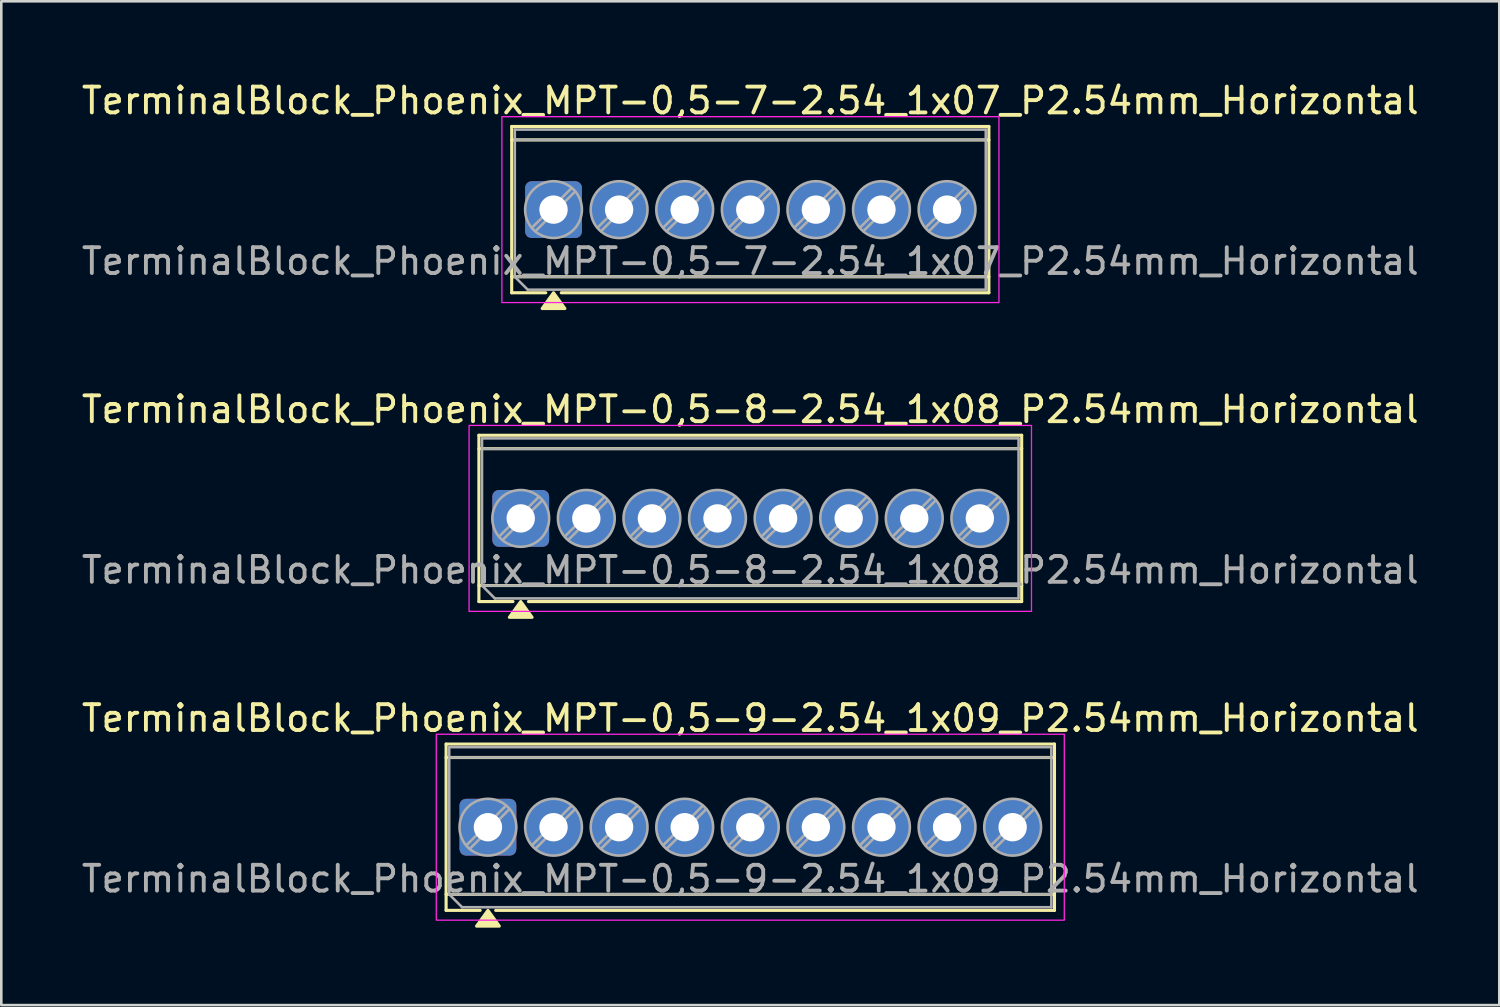
<source format=kicad_pcb>
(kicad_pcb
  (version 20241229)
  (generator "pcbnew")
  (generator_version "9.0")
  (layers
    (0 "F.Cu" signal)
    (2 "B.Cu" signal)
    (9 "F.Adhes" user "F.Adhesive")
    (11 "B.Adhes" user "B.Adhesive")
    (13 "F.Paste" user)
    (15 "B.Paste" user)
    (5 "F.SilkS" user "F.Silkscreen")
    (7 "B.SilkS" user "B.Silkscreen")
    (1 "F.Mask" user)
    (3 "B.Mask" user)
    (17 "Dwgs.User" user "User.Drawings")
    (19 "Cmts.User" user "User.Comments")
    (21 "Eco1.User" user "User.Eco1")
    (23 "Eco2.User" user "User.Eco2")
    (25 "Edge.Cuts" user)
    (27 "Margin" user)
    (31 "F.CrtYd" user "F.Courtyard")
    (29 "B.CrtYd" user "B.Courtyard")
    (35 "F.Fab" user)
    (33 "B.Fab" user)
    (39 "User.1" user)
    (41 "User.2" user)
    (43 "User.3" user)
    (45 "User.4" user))
  (footprint "TerminalBlock_Phoenix_MPT-0,5-7-2.54_1x07_P2.54mm_Horizontal"
    (layer "F.Cu")
    (at 18.386 5.068)
    (property "Reference" "TerminalBlock_Phoenix_MPT-0,5-7-2.54_1x07_P2.54mm_Horizontal" (at 7.62 -4.22 0) (layer "F.SilkS") (effects (font (size 1 1) (thickness 0.15))))
    (attr through_hole)
    (fp_line (start -1.62 -3.22) (end 16.86 -3.22) (stroke (width 0.12) (type solid)) (layer "F.SilkS"))
    (fp_line (start -1.62 -2.7) (end 16.86 -2.7) (stroke (width 0.12) (type solid)) (layer "F.SilkS"))
    (fp_line (start -1.62 2.6) (end 16.86 2.6) (stroke (width 0.12) (type solid)) (layer "F.SilkS"))
    (fp_line (start -1.62 3.22) (end -1.62 -3.22) (stroke (width 0.12) (type solid)) (layer "F.SilkS"))
    (fp_line (start -0.3 3.22) (end -1.62 3.22) (stroke (width 0.12) (type solid)) (layer "F.SilkS"))
    (fp_line (start 16.86 -3.22) (end 16.86 3.22) (stroke (width 0.12) (type solid)) (layer "F.SilkS"))
    (fp_line (start 16.86 3.22) (end 0.3 3.22) (stroke (width 0.12) (type solid)) (layer "F.SilkS"))
    (fp_poly (pts (xy 0 3.22) (xy 0.44 3.83) (xy -0.44 3.83)) (stroke (width 0.12) (type solid)) (fill yes) (layer "F.SilkS"))
    (fp_rect (start -2 -3.6) (end 17.25 3.6) (stroke (width 0.05) (type solid)) (fill no) (layer "F.CrtYd"))
    (fp_line (start -1.5 -3.1) (end 16.74 -3.1) (stroke (width 0.1) (type solid)) (layer "F.Fab"))
    (fp_line (start -1.5 -2.7) (end 16.74 -2.7) (stroke (width 0.1) (type solid)) (layer "F.Fab"))
    (fp_line (start -1.5 2.6) (end -1.5 -3.1) (stroke (width 0.1) (type solid)) (layer "F.Fab"))
    (fp_line (start -1.5 2.6) (end 16.74 2.6) (stroke (width 0.1) (type solid)) (layer "F.Fab"))
    (fp_line (start -1 3.1) (end -1.5 2.6) (stroke (width 0.1) (type solid)) (layer "F.Fab"))
    (fp_line (start 0.7 -0.834) (end -0.834 0.7) (stroke (width 0.1) (type solid)) (layer "F.Fab"))
    (fp_line (start 0.834 -0.7) (end -0.7 0.834) (stroke (width 0.1) (type solid)) (layer "F.Fab"))
    (fp_line (start 3.24 -0.834) (end 1.706 0.7) (stroke (width 0.1) (type solid)) (layer "F.Fab"))
    (fp_line (start 3.374 -0.7) (end 1.84 0.834) (stroke (width 0.1) (type solid)) (layer "F.Fab"))
    (fp_line (start 5.78 -0.834) (end 4.246 0.7) (stroke (width 0.1) (type solid)) (layer "F.Fab"))
    (fp_line (start 5.914 -0.7) (end 4.38 0.834) (stroke (width 0.1) (type solid)) (layer "F.Fab"))
    (fp_line (start 8.32 -0.834) (end 6.786 0.7) (stroke (width 0.1) (type solid)) (layer "F.Fab"))
    (fp_line (start 8.454 -0.7) (end 6.92 0.834) (stroke (width 0.1) (type solid)) (layer "F.Fab"))
    (fp_line (start 10.86 -0.834) (end 9.326 0.7) (stroke (width 0.1) (type solid)) (layer "F.Fab"))
    (fp_line (start 10.994 -0.7) (end 9.46 0.834) (stroke (width 0.1) (type solid)) (layer "F.Fab"))
    (fp_line (start 13.4 -0.834) (end 11.866 0.7) (stroke (width 0.1) (type solid)) (layer "F.Fab"))
    (fp_line (start 13.534 -0.7) (end 12 0.834) (stroke (width 0.1) (type solid)) (layer "F.Fab"))
    (fp_line (start 15.94 -0.834) (end 14.406 0.7) (stroke (width 0.1) (type solid)) (layer "F.Fab"))
    (fp_line (start 16.074 -0.7) (end 14.54 0.834) (stroke (width 0.1) (type solid)) (layer "F.Fab"))
    (fp_line (start 16.74 -3.1) (end 16.74 3.1) (stroke (width 0.1) (type solid)) (layer "F.Fab"))
    (fp_line (start 16.74 3.1) (end -1 3.1) (stroke (width 0.1) (type solid)) (layer "F.Fab"))
    (fp_circle (center 0 0) (end 1.1 0) (stroke (width 0.1) (type solid)) (fill no) (layer "F.Fab"))
    (fp_circle (center 2.54 0) (end 3.64 0) (stroke (width 0.1) (type solid)) (fill no) (layer "F.Fab"))
    (fp_circle (center 5.08 0) (end 6.18 0) (stroke (width 0.1) (type solid)) (fill no) (layer "F.Fab"))
    (fp_circle (center 7.62 0) (end 8.72 0) (stroke (width 0.1) (type solid)) (fill no) (layer "F.Fab"))
    (fp_circle (center 10.16 0) (end 11.26 0) (stroke (width 0.1) (type solid)) (fill no) (layer "F.Fab"))
    (fp_circle (center 12.7 0) (end 13.8 0) (stroke (width 0.1) (type solid)) (fill no) (layer "F.Fab"))
    (fp_circle (center 15.24 0) (end 16.34 0) (stroke (width 0.1) (type solid)) (fill no) (layer "F.Fab"))
    (fp_text user "${REFERENCE}" (at 7.62 2 0) (layer "F.Fab") (effects (font (size 1 1) (thickness 0.15))))
    (pad "1" thru_hole roundrect (at 0 0) (size 2.2 2.2) (drill 1.1) (layers "*.Cu" "*.Mask") (roundrect_rratio 0.114))
    (pad "2" thru_hole circle (at 2.54 0) (size 2.2 2.2) (drill 1.1) (layers "*.Cu" "*.Mask"))
    (pad "3" thru_hole circle (at 5.08 0) (size 2.2 2.2) (drill 1.1) (layers "*.Cu" "*.Mask"))
    (pad "4" thru_hole circle (at 7.62 0) (size 2.2 2.2) (drill 1.1) (layers "*.Cu" "*.Mask"))
    (pad "5" thru_hole circle (at 10.16 0) (size 2.2 2.2) (drill 1.1) (layers "*.Cu" "*.Mask"))
    (pad "6" thru_hole circle (at 12.7 0) (size 2.2 2.2) (drill 1.1) (layers "*.Cu" "*.Mask"))
    (pad "7" thru_hole circle (at 15.24 0) (size 2.2 2.2) (drill 1.1) (layers "*.Cu" "*.Mask")))
  (footprint "TerminalBlock_Phoenix_MPT-0,5-8-2.54_1x08_P2.54mm_Horizontal"
    (layer "F.Cu")
    (at 17.116 17.026)
    (property "Reference" "TerminalBlock_Phoenix_MPT-0,5-8-2.54_1x08_P2.54mm_Horizontal" (at 8.89 -4.22 0) (layer "F.SilkS") (effects (font (size 1 1) (thickness 0.15))))
    (attr through_hole)
    (fp_line (start -1.62 -3.22) (end 19.4 -3.22) (stroke (width 0.12) (type solid)) (layer "F.SilkS"))
    (fp_line (start -1.62 -2.7) (end 19.4 -2.7) (stroke (width 0.12) (type solid)) (layer "F.SilkS"))
    (fp_line (start -1.62 2.6) (end 19.4 2.6) (stroke (width 0.12) (type solid)) (layer "F.SilkS"))
    (fp_line (start -1.62 3.22) (end -1.62 -3.22) (stroke (width 0.12) (type solid)) (layer "F.SilkS"))
    (fp_line (start -0.3 3.22) (end -1.62 3.22) (stroke (width 0.12) (type solid)) (layer "F.SilkS"))
    (fp_line (start 19.4 -3.22) (end 19.4 3.22) (stroke (width 0.12) (type solid)) (layer "F.SilkS"))
    (fp_line (start 19.4 3.22) (end 0.3 3.22) (stroke (width 0.12) (type solid)) (layer "F.SilkS"))
    (fp_poly (pts (xy 0 3.22) (xy 0.44 3.83) (xy -0.44 3.83)) (stroke (width 0.12) (type solid)) (fill yes) (layer "F.SilkS"))
    (fp_rect (start -2 -3.6) (end 19.78 3.6) (stroke (width 0.05) (type solid)) (fill no) (layer "F.CrtYd"))
    (fp_line (start -1.5 -3.1) (end 19.28 -3.1) (stroke (width 0.1) (type solid)) (layer "F.Fab"))
    (fp_line (start -1.5 -2.7) (end 19.28 -2.7) (stroke (width 0.1) (type solid)) (layer "F.Fab"))
    (fp_line (start -1.5 2.6) (end -1.5 -3.1) (stroke (width 0.1) (type solid)) (layer "F.Fab"))
    (fp_line (start -1.5 2.6) (end 19.28 2.6) (stroke (width 0.1) (type solid)) (layer "F.Fab"))
    (fp_line (start -1 3.1) (end -1.5 2.6) (stroke (width 0.1) (type solid)) (layer "F.Fab"))
    (fp_line (start 0.7 -0.834) (end -0.834 0.7) (stroke (width 0.1) (type solid)) (layer "F.Fab"))
    (fp_line (start 0.834 -0.7) (end -0.7 0.834) (stroke (width 0.1) (type solid)) (layer "F.Fab"))
    (fp_line (start 3.24 -0.834) (end 1.706 0.7) (stroke (width 0.1) (type solid)) (layer "F.Fab"))
    (fp_line (start 3.374 -0.7) (end 1.84 0.834) (stroke (width 0.1) (type solid)) (layer "F.Fab"))
    (fp_line (start 5.78 -0.834) (end 4.246 0.7) (stroke (width 0.1) (type solid)) (layer "F.Fab"))
    (fp_line (start 5.914 -0.7) (end 4.38 0.834) (stroke (width 0.1) (type solid)) (layer "F.Fab"))
    (fp_line (start 8.32 -0.834) (end 6.786 0.7) (stroke (width 0.1) (type solid)) (layer "F.Fab"))
    (fp_line (start 8.454 -0.7) (end 6.92 0.834) (stroke (width 0.1) (type solid)) (layer "F.Fab"))
    (fp_line (start 10.86 -0.834) (end 9.326 0.7) (stroke (width 0.1) (type solid)) (layer "F.Fab"))
    (fp_line (start 10.994 -0.7) (end 9.46 0.834) (stroke (width 0.1) (type solid)) (layer "F.Fab"))
    (fp_line (start 13.4 -0.834) (end 11.866 0.7) (stroke (width 0.1) (type solid)) (layer "F.Fab"))
    (fp_line (start 13.534 -0.7) (end 12 0.834) (stroke (width 0.1) (type solid)) (layer "F.Fab"))
    (fp_line (start 15.94 -0.834) (end 14.406 0.7) (stroke (width 0.1) (type solid)) (layer "F.Fab"))
    (fp_line (start 16.074 -0.7) (end 14.54 0.834) (stroke (width 0.1) (type solid)) (layer "F.Fab"))
    (fp_line (start 18.48 -0.834) (end 16.946 0.7) (stroke (width 0.1) (type solid)) (layer "F.Fab"))
    (fp_line (start 18.614 -0.7) (end 17.08 0.834) (stroke (width 0.1) (type solid)) (layer "F.Fab"))
    (fp_line (start 19.28 -3.1) (end 19.28 3.1) (stroke (width 0.1) (type solid)) (layer "F.Fab"))
    (fp_line (start 19.28 3.1) (end -1 3.1) (stroke (width 0.1) (type solid)) (layer "F.Fab"))
    (fp_circle (center 0 0) (end 1.1 0) (stroke (width 0.1) (type solid)) (fill no) (layer "F.Fab"))
    (fp_circle (center 2.54 0) (end 3.64 0) (stroke (width 0.1) (type solid)) (fill no) (layer "F.Fab"))
    (fp_circle (center 5.08 0) (end 6.18 0) (stroke (width 0.1) (type solid)) (fill no) (layer "F.Fab"))
    (fp_circle (center 7.62 0) (end 8.72 0) (stroke (width 0.1) (type solid)) (fill no) (layer "F.Fab"))
    (fp_circle (center 10.16 0) (end 11.26 0) (stroke (width 0.1) (type solid)) (fill no) (layer "F.Fab"))
    (fp_circle (center 12.7 0) (end 13.8 0) (stroke (width 0.1) (type solid)) (fill no) (layer "F.Fab"))
    (fp_circle (center 15.24 0) (end 16.34 0) (stroke (width 0.1) (type solid)) (fill no) (layer "F.Fab"))
    (fp_circle (center 17.78 0) (end 18.88 0) (stroke (width 0.1) (type solid)) (fill no) (layer "F.Fab"))
    (fp_text user "${REFERENCE}" (at 8.89 2 0) (layer "F.Fab") (effects (font (size 1 1) (thickness 0.15))))
    (pad "1" thru_hole roundrect (at 0 0) (size 2.2 2.2) (drill 1.1) (layers "*.Cu" "*.Mask") (roundrect_rratio 0.114))
    (pad "2" thru_hole circle (at 2.54 0) (size 2.2 2.2) (drill 1.1) (layers "*.Cu" "*.Mask"))
    (pad "3" thru_hole circle (at 5.08 0) (size 2.2 2.2) (drill 1.1) (layers "*.Cu" "*.Mask"))
    (pad "4" thru_hole circle (at 7.62 0) (size 2.2 2.2) (drill 1.1) (layers "*.Cu" "*.Mask"))
    (pad "5" thru_hole circle (at 10.16 0) (size 2.2 2.2) (drill 1.1) (layers "*.Cu" "*.Mask"))
    (pad "6" thru_hole circle (at 12.7 0) (size 2.2 2.2) (drill 1.1) (layers "*.Cu" "*.Mask"))
    (pad "7" thru_hole circle (at 15.24 0) (size 2.2 2.2) (drill 1.1) (layers "*.Cu" "*.Mask"))
    (pad "8" thru_hole circle (at 17.78 0) (size 2.2 2.2) (drill 1.1) (layers "*.Cu" "*.Mask")))
  (footprint "TerminalBlock_Phoenix_MPT-0,5-9-2.54_1x09_P2.54mm_Horizontal"
    (layer "F.Cu")
    (at 15.846 28.985)
    (property "Reference" "TerminalBlock_Phoenix_MPT-0,5-9-2.54_1x09_P2.54mm_Horizontal" (at 10.16 -4.22 0) (layer "F.SilkS") (effects (font (size 1 1) (thickness 0.15))))
    (attr through_hole)
    (fp_line (start -1.62 -3.22) (end 21.94 -3.22) (stroke (width 0.12) (type solid)) (layer "F.SilkS"))
    (fp_line (start -1.62 -2.7) (end 21.94 -2.7) (stroke (width 0.12) (type solid)) (layer "F.SilkS"))
    (fp_line (start -1.62 2.6) (end 21.94 2.6) (stroke (width 0.12) (type solid)) (layer "F.SilkS"))
    (fp_line (start -1.62 3.22) (end -1.62 -3.22) (stroke (width 0.12) (type solid)) (layer "F.SilkS"))
    (fp_line (start -0.3 3.22) (end -1.62 3.22) (stroke (width 0.12) (type solid)) (layer "F.SilkS"))
    (fp_line (start 21.94 -3.22) (end 21.94 3.22) (stroke (width 0.12) (type solid)) (layer "F.SilkS"))
    (fp_line (start 21.94 3.22) (end 0.3 3.22) (stroke (width 0.12) (type solid)) (layer "F.SilkS"))
    (fp_poly (pts (xy 0 3.22) (xy 0.44 3.83) (xy -0.44 3.83)) (stroke (width 0.12) (type solid)) (fill yes) (layer "F.SilkS"))
    (fp_rect (start -2 -3.6) (end 22.32 3.6) (stroke (width 0.05) (type solid)) (fill no) (layer "F.CrtYd"))
    (fp_line (start -1.5 -3.1) (end 21.82 -3.1) (stroke (width 0.1) (type solid)) (layer "F.Fab"))
    (fp_line (start -1.5 -2.7) (end 21.82 -2.7) (stroke (width 0.1) (type solid)) (layer "F.Fab"))
    (fp_line (start -1.5 2.6) (end -1.5 -3.1) (stroke (width 0.1) (type solid)) (layer "F.Fab"))
    (fp_line (start -1.5 2.6) (end 21.82 2.6) (stroke (width 0.1) (type solid)) (layer "F.Fab"))
    (fp_line (start -1 3.1) (end -1.5 2.6) (stroke (width 0.1) (type solid)) (layer "F.Fab"))
    (fp_line (start 0.7 -0.834) (end -0.834 0.7) (stroke (width 0.1) (type solid)) (layer "F.Fab"))
    (fp_line (start 0.834 -0.7) (end -0.7 0.834) (stroke (width 0.1) (type solid)) (layer "F.Fab"))
    (fp_line (start 3.24 -0.834) (end 1.706 0.7) (stroke (width 0.1) (type solid)) (layer "F.Fab"))
    (fp_line (start 3.374 -0.7) (end 1.84 0.834) (stroke (width 0.1) (type solid)) (layer "F.Fab"))
    (fp_line (start 5.78 -0.834) (end 4.246 0.7) (stroke (width 0.1) (type solid)) (layer "F.Fab"))
    (fp_line (start 5.914 -0.7) (end 4.38 0.834) (stroke (width 0.1) (type solid)) (layer "F.Fab"))
    (fp_line (start 8.32 -0.834) (end 6.786 0.7) (stroke (width 0.1) (type solid)) (layer "F.Fab"))
    (fp_line (start 8.454 -0.7) (end 6.92 0.834) (stroke (width 0.1) (type solid)) (layer "F.Fab"))
    (fp_line (start 10.86 -0.834) (end 9.326 0.7) (stroke (width 0.1) (type solid)) (layer "F.Fab"))
    (fp_line (start 10.994 -0.7) (end 9.46 0.834) (stroke (width 0.1) (type solid)) (layer "F.Fab"))
    (fp_line (start 13.4 -0.834) (end 11.866 0.7) (stroke (width 0.1) (type solid)) (layer "F.Fab"))
    (fp_line (start 13.534 -0.7) (end 12 0.834) (stroke (width 0.1) (type solid)) (layer "F.Fab"))
    (fp_line (start 15.94 -0.834) (end 14.406 0.7) (stroke (width 0.1) (type solid)) (layer "F.Fab"))
    (fp_line (start 16.074 -0.7) (end 14.54 0.834) (stroke (width 0.1) (type solid)) (layer "F.Fab"))
    (fp_line (start 18.48 -0.834) (end 16.946 0.7) (stroke (width 0.1) (type solid)) (layer "F.Fab"))
    (fp_line (start 18.614 -0.7) (end 17.08 0.834) (stroke (width 0.1) (type solid)) (layer "F.Fab"))
    (fp_line (start 21.02 -0.834) (end 19.486 0.7) (stroke (width 0.1) (type solid)) (layer "F.Fab"))
    (fp_line (start 21.154 -0.7) (end 19.62 0.834) (stroke (width 0.1) (type solid)) (layer "F.Fab"))
    (fp_line (start 21.82 -3.1) (end 21.82 3.1) (stroke (width 0.1) (type solid)) (layer "F.Fab"))
    (fp_line (start 21.82 3.1) (end -1 3.1) (stroke (width 0.1) (type solid)) (layer "F.Fab"))
    (fp_circle (center 0 0) (end 1.1 0) (stroke (width 0.1) (type solid)) (fill no) (layer "F.Fab"))
    (fp_circle (center 2.54 0) (end 3.64 0) (stroke (width 0.1) (type solid)) (fill no) (layer "F.Fab"))
    (fp_circle (center 5.08 0) (end 6.18 0) (stroke (width 0.1) (type solid)) (fill no) (layer "F.Fab"))
    (fp_circle (center 7.62 0) (end 8.72 0) (stroke (width 0.1) (type solid)) (fill no) (layer "F.Fab"))
    (fp_circle (center 10.16 0) (end 11.26 0) (stroke (width 0.1) (type solid)) (fill no) (layer "F.Fab"))
    (fp_circle (center 12.7 0) (end 13.8 0) (stroke (width 0.1) (type solid)) (fill no) (layer "F.Fab"))
    (fp_circle (center 15.24 0) (end 16.34 0) (stroke (width 0.1) (type solid)) (fill no) (layer "F.Fab"))
    (fp_circle (center 17.78 0) (end 18.88 0) (stroke (width 0.1) (type solid)) (fill no) (layer "F.Fab"))
    (fp_circle (center 20.32 0) (end 21.42 0) (stroke (width 0.1) (type solid)) (fill no) (layer "F.Fab"))
    (fp_text user "${REFERENCE}" (at 10.16 2 0) (layer "F.Fab") (effects (font (size 1 1) (thickness 0.15))))
    (pad "1" thru_hole roundrect (at 0 0) (size 2.2 2.2) (drill 1.1) (layers "*.Cu" "*.Mask") (roundrect_rratio 0.114))
    (pad "2" thru_hole circle (at 2.54 0) (size 2.2 2.2) (drill 1.1) (layers "*.Cu" "*.Mask"))
    (pad "3" thru_hole circle (at 5.08 0) (size 2.2 2.2) (drill 1.1) (layers "*.Cu" "*.Mask"))
    (pad "4" thru_hole circle (at 7.62 0) (size 2.2 2.2) (drill 1.1) (layers "*.Cu" "*.Mask"))
    (pad "5" thru_hole circle (at 10.16 0) (size 2.2 2.2) (drill 1.1) (layers "*.Cu" "*.Mask"))
    (pad "6" thru_hole circle (at 12.7 0) (size 2.2 2.2) (drill 1.1) (layers "*.Cu" "*.Mask"))
    (pad "7" thru_hole circle (at 15.24 0) (size 2.2 2.2) (drill 1.1) (layers "*.Cu" "*.Mask"))
    (pad "8" thru_hole circle (at 17.78 0) (size 2.2 2.2) (drill 1.1) (layers "*.Cu" "*.Mask"))
    (pad "9" thru_hole circle (at 20.32 0) (size 2.2 2.2) (drill 1.1) (layers "*.Cu" "*.Mask")))
  (gr_rect
    (start -3 -3)
    (end 55.012 35.875)
    (stroke (width 0.1) (type default))
    (fill no)
    (layer "Edge.Cuts")))
</source>
